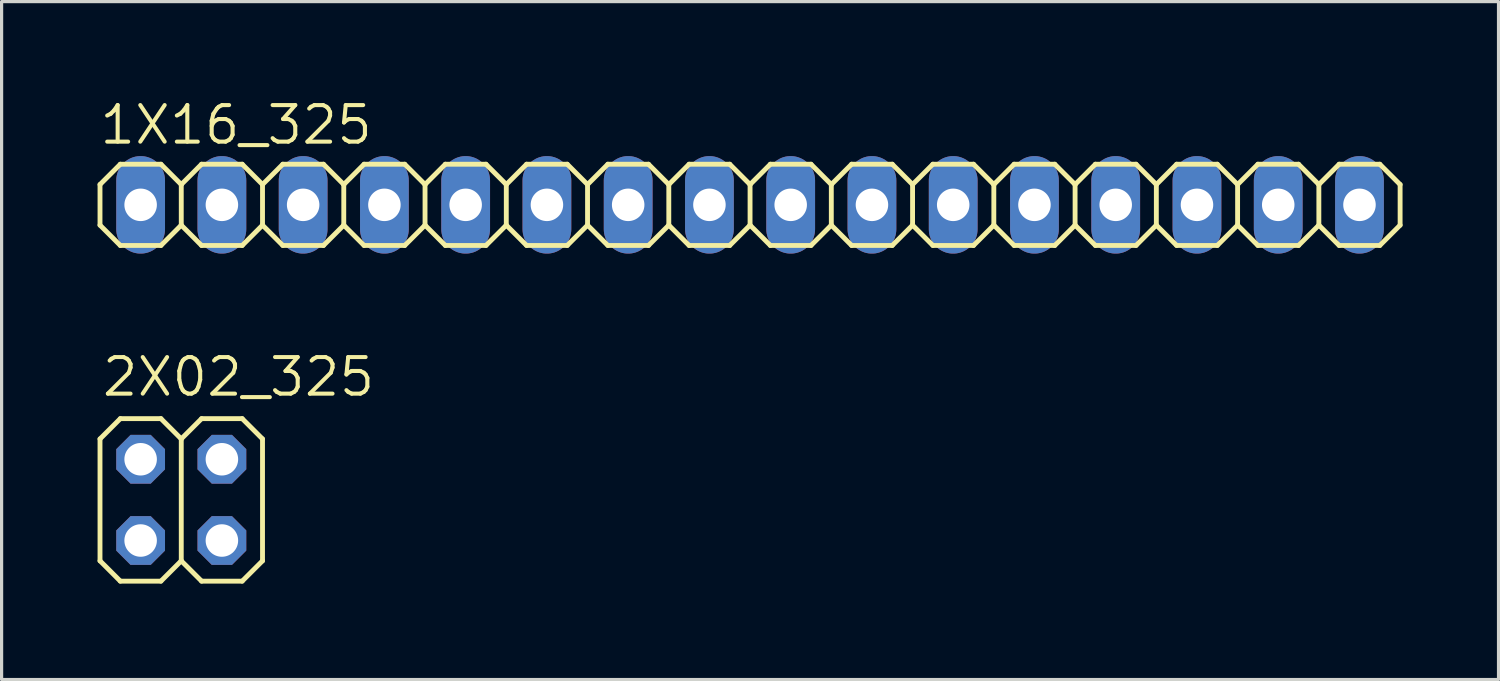
<source format=kicad_pcb>
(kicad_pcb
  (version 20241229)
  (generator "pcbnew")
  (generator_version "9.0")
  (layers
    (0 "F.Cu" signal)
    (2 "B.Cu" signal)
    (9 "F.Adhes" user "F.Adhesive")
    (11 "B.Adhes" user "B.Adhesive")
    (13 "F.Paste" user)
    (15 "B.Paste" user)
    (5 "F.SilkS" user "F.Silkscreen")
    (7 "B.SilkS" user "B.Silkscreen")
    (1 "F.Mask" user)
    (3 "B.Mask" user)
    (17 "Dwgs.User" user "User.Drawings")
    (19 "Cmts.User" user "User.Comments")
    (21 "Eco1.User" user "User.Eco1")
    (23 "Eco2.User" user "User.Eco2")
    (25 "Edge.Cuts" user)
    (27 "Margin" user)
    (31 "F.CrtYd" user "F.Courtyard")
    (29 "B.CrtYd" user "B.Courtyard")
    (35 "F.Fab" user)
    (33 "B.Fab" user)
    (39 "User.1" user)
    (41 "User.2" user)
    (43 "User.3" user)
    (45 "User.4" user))
  (footprint "1X16_325"
    (layer "F.Cu")
    (at 20.396 3.353)
    (property "Reference" "1X16_325" (at -20.396 -1.829 0) (unlocked yes) (layer "F.SilkS") (effects (font (size 1.143 1.143) (thickness 0.127)) (justify left bottom)))
    (fp_line (start -20.32 -0.635) (end -20.32 0.635) (stroke (width 0.152) (type solid)) (layer "F.SilkS"))
    (fp_line (start -20.32 0.635) (end -19.685 1.27) (stroke (width 0.152) (type solid)) (layer "F.SilkS"))
    (fp_line (start -19.685 -1.27) (end -20.32 -0.635) (stroke (width 0.152) (type solid)) (layer "F.SilkS"))
    (fp_line (start -19.685 -1.27) (end -18.415 -1.27) (stroke (width 0.152) (type solid)) (layer "F.SilkS"))
    (fp_line (start -18.415 -1.27) (end -17.78 -0.635) (stroke (width 0.152) (type solid)) (layer "F.SilkS"))
    (fp_line (start -18.415 1.27) (end -19.685 1.27) (stroke (width 0.152) (type solid)) (layer "F.SilkS"))
    (fp_line (start -17.78 -0.635) (end -17.78 0.635) (stroke (width 0.152) (type solid)) (layer "F.SilkS"))
    (fp_line (start -17.78 -0.635) (end -17.145 -1.27) (stroke (width 0.152) (type solid)) (layer "F.SilkS"))
    (fp_line (start -17.78 0.635) (end -18.415 1.27) (stroke (width 0.152) (type solid)) (layer "F.SilkS"))
    (fp_line (start -17.145 -1.27) (end -15.875 -1.27) (stroke (width 0.152) (type solid)) (layer "F.SilkS"))
    (fp_line (start -17.145 1.27) (end -17.78 0.635) (stroke (width 0.152) (type solid)) (layer "F.SilkS"))
    (fp_line (start -15.875 -1.27) (end -15.24 -0.635) (stroke (width 0.152) (type solid)) (layer "F.SilkS"))
    (fp_line (start -15.875 1.27) (end -17.145 1.27) (stroke (width 0.152) (type solid)) (layer "F.SilkS"))
    (fp_line (start -15.24 -0.635) (end -15.24 0.635) (stroke (width 0.152) (type solid)) (layer "F.SilkS"))
    (fp_line (start -15.24 -0.635) (end -14.605 -1.27) (stroke (width 0.152) (type solid)) (layer "F.SilkS"))
    (fp_line (start -15.24 0.635) (end -15.875 1.27) (stroke (width 0.152) (type solid)) (layer "F.SilkS"))
    (fp_line (start -14.605 -1.27) (end -13.335 -1.27) (stroke (width 0.152) (type solid)) (layer "F.SilkS"))
    (fp_line (start -14.605 1.27) (end -15.24 0.635) (stroke (width 0.152) (type solid)) (layer "F.SilkS"))
    (fp_line (start -13.335 -1.27) (end -12.7 -0.635) (stroke (width 0.152) (type solid)) (layer "F.SilkS"))
    (fp_line (start -13.335 1.27) (end -14.605 1.27) (stroke (width 0.152) (type solid)) (layer "F.SilkS"))
    (fp_line (start -12.7 -0.635) (end -12.7 0.635) (stroke (width 0.152) (type solid)) (layer "F.SilkS"))
    (fp_line (start -12.7 0.635) (end -13.335 1.27) (stroke (width 0.152) (type solid)) (layer "F.SilkS"))
    (fp_line (start -12.7 0.635) (end -12.065 1.27) (stroke (width 0.152) (type solid)) (layer "F.SilkS"))
    (fp_line (start -12.065 -1.27) (end -12.7 -0.635) (stroke (width 0.152) (type solid)) (layer "F.SilkS"))
    (fp_line (start -12.065 -1.27) (end -10.795 -1.27) (stroke (width 0.152) (type solid)) (layer "F.SilkS"))
    (fp_line (start -10.795 -1.27) (end -10.16 -0.635) (stroke (width 0.152) (type solid)) (layer "F.SilkS"))
    (fp_line (start -10.795 1.27) (end -12.065 1.27) (stroke (width 0.152) (type solid)) (layer "F.SilkS"))
    (fp_line (start -10.16 -0.635) (end -10.16 0.635) (stroke (width 0.152) (type solid)) (layer "F.SilkS"))
    (fp_line (start -10.16 -0.635) (end -9.525 -1.27) (stroke (width 0.152) (type solid)) (layer "F.SilkS"))
    (fp_line (start -10.16 0.635) (end -10.795 1.27) (stroke (width 0.152) (type solid)) (layer "F.SilkS"))
    (fp_line (start -9.525 -1.27) (end -8.255 -1.27) (stroke (width 0.152) (type solid)) (layer "F.SilkS"))
    (fp_line (start -9.525 1.27) (end -10.16 0.635) (stroke (width 0.152) (type solid)) (layer "F.SilkS"))
    (fp_line (start -8.255 -1.27) (end -7.62 -0.635) (stroke (width 0.152) (type solid)) (layer "F.SilkS"))
    (fp_line (start -8.255 1.27) (end -9.525 1.27) (stroke (width 0.152) (type solid)) (layer "F.SilkS"))
    (fp_line (start -7.62 -0.635) (end -7.62 0.635) (stroke (width 0.152) (type solid)) (layer "F.SilkS"))
    (fp_line (start -7.62 -0.635) (end -6.985 -1.27) (stroke (width 0.152) (type solid)) (layer "F.SilkS"))
    (fp_line (start -7.62 0.635) (end -8.255 1.27) (stroke (width 0.152) (type solid)) (layer "F.SilkS"))
    (fp_line (start -6.985 -1.27) (end -5.715 -1.27) (stroke (width 0.152) (type solid)) (layer "F.SilkS"))
    (fp_line (start -6.985 1.27) (end -7.62 0.635) (stroke (width 0.152) (type solid)) (layer "F.SilkS"))
    (fp_line (start -5.715 -1.27) (end -5.08 -0.635) (stroke (width 0.152) (type solid)) (layer "F.SilkS"))
    (fp_line (start -5.715 1.27) (end -6.985 1.27) (stroke (width 0.152) (type solid)) (layer "F.SilkS"))
    (fp_line (start -5.08 -0.635) (end -5.08 0.635) (stroke (width 0.152) (type solid)) (layer "F.SilkS"))
    (fp_line (start -5.08 0.635) (end -5.715 1.27) (stroke (width 0.152) (type solid)) (layer "F.SilkS"))
    (fp_line (start -5.08 0.635) (end -4.445 1.27) (stroke (width 0.152) (type solid)) (layer "F.SilkS"))
    (fp_line (start -4.445 -1.27) (end -5.08 -0.635) (stroke (width 0.152) (type solid)) (layer "F.SilkS"))
    (fp_line (start -4.445 -1.27) (end -3.175 -1.27) (stroke (width 0.152) (type solid)) (layer "F.SilkS"))
    (fp_line (start -3.175 -1.27) (end -2.54 -0.635) (stroke (width 0.152) (type solid)) (layer "F.SilkS"))
    (fp_line (start -3.175 1.27) (end -4.445 1.27) (stroke (width 0.152) (type solid)) (layer "F.SilkS"))
    (fp_line (start -2.54 -0.635) (end -2.54 0.635) (stroke (width 0.152) (type solid)) (layer "F.SilkS"))
    (fp_line (start -2.54 -0.635) (end -1.905 -1.27) (stroke (width 0.152) (type solid)) (layer "F.SilkS"))
    (fp_line (start -2.54 0.635) (end -3.175 1.27) (stroke (width 0.152) (type solid)) (layer "F.SilkS"))
    (fp_line (start -1.905 -1.27) (end -0.635 -1.27) (stroke (width 0.152) (type solid)) (layer "F.SilkS"))
    (fp_line (start -1.905 1.27) (end -2.54 0.635) (stroke (width 0.152) (type solid)) (layer "F.SilkS"))
    (fp_line (start -0.635 -1.27) (end 0 -0.635) (stroke (width 0.152) (type solid)) (layer "F.SilkS"))
    (fp_line (start -0.635 1.27) (end -1.905 1.27) (stroke (width 0.152) (type solid)) (layer "F.SilkS"))
    (fp_line (start 0 -0.635) (end 0 0.635) (stroke (width 0.152) (type solid)) (layer "F.SilkS"))
    (fp_line (start 0 -0.635) (end 0.635 -1.27) (stroke (width 0.152) (type solid)) (layer "F.SilkS"))
    (fp_line (start 0 0.635) (end -0.635 1.27) (stroke (width 0.152) (type solid)) (layer "F.SilkS"))
    (fp_line (start 0.635 -1.27) (end 1.905 -1.27) (stroke (width 0.152) (type solid)) (layer "F.SilkS"))
    (fp_line (start 0.635 1.27) (end 0 0.635) (stroke (width 0.152) (type solid)) (layer "F.SilkS"))
    (fp_line (start 1.905 -1.27) (end 2.54 -0.635) (stroke (width 0.152) (type solid)) (layer "F.SilkS"))
    (fp_line (start 1.905 1.27) (end 0.635 1.27) (stroke (width 0.152) (type solid)) (layer "F.SilkS"))
    (fp_line (start 2.54 -0.635) (end 2.54 0.635) (stroke (width 0.152) (type solid)) (layer "F.SilkS"))
    (fp_line (start 2.54 0.635) (end 1.905 1.27) (stroke (width 0.152) (type solid)) (layer "F.SilkS"))
    (fp_line (start 2.54 0.635) (end 3.175 1.27) (stroke (width 0.152) (type solid)) (layer "F.SilkS"))
    (fp_line (start 3.175 -1.27) (end 2.54 -0.635) (stroke (width 0.152) (type solid)) (layer "F.SilkS"))
    (fp_line (start 3.175 -1.27) (end 4.445 -1.27) (stroke (width 0.152) (type solid)) (layer "F.SilkS"))
    (fp_line (start 4.445 -1.27) (end 5.08 -0.635) (stroke (width 0.152) (type solid)) (layer "F.SilkS"))
    (fp_line (start 4.445 1.27) (end 3.175 1.27) (stroke (width 0.152) (type solid)) (layer "F.SilkS"))
    (fp_line (start 5.08 -0.635) (end 5.08 0.635) (stroke (width 0.152) (type solid)) (layer "F.SilkS"))
    (fp_line (start 5.08 -0.635) (end 5.715 -1.27) (stroke (width 0.152) (type solid)) (layer "F.SilkS"))
    (fp_line (start 5.08 0.635) (end 4.445 1.27) (stroke (width 0.152) (type solid)) (layer "F.SilkS"))
    (fp_line (start 5.715 -1.27) (end 6.985 -1.27) (stroke (width 0.152) (type solid)) (layer "F.SilkS"))
    (fp_line (start 5.715 1.27) (end 5.08 0.635) (stroke (width 0.152) (type solid)) (layer "F.SilkS"))
    (fp_line (start 6.985 -1.27) (end 7.62 -0.635) (stroke (width 0.152) (type solid)) (layer "F.SilkS"))
    (fp_line (start 6.985 1.27) (end 5.715 1.27) (stroke (width 0.152) (type solid)) (layer "F.SilkS"))
    (fp_line (start 7.62 -0.635) (end 7.62 0.635) (stroke (width 0.152) (type solid)) (layer "F.SilkS"))
    (fp_line (start 7.62 -0.635) (end 8.255 -1.27) (stroke (width 0.152) (type solid)) (layer "F.SilkS"))
    (fp_line (start 7.62 0.635) (end 6.985 1.27) (stroke (width 0.152) (type solid)) (layer "F.SilkS"))
    (fp_line (start 8.255 -1.27) (end 9.525 -1.27) (stroke (width 0.152) (type solid)) (layer "F.SilkS"))
    (fp_line (start 8.255 1.27) (end 7.62 0.635) (stroke (width 0.152) (type solid)) (layer "F.SilkS"))
    (fp_line (start 9.525 -1.27) (end 10.16 -0.635) (stroke (width 0.152) (type solid)) (layer "F.SilkS"))
    (fp_line (start 9.525 1.27) (end 8.255 1.27) (stroke (width 0.152) (type solid)) (layer "F.SilkS"))
    (fp_line (start 10.16 -0.635) (end 10.16 0.635) (stroke (width 0.152) (type solid)) (layer "F.SilkS"))
    (fp_line (start 10.16 0.635) (end 9.525 1.27) (stroke (width 0.152) (type solid)) (layer "F.SilkS"))
    (fp_line (start 10.16 0.635) (end 10.795 1.27) (stroke (width 0.152) (type solid)) (layer "F.SilkS"))
    (fp_line (start 10.795 -1.27) (end 10.16 -0.635) (stroke (width 0.152) (type solid)) (layer "F.SilkS"))
    (fp_line (start 10.795 -1.27) (end 12.065 -1.27) (stroke (width 0.152) (type solid)) (layer "F.SilkS"))
    (fp_line (start 12.065 -1.27) (end 12.7 -0.635) (stroke (width 0.152) (type solid)) (layer "F.SilkS"))
    (fp_line (start 12.065 1.27) (end 10.795 1.27) (stroke (width 0.152) (type solid)) (layer "F.SilkS"))
    (fp_line (start 12.7 -0.635) (end 12.7 0.635) (stroke (width 0.152) (type solid)) (layer "F.SilkS"))
    (fp_line (start 12.7 -0.635) (end 13.335 -1.27) (stroke (width 0.152) (type solid)) (layer "F.SilkS"))
    (fp_line (start 12.7 0.635) (end 12.065 1.27) (stroke (width 0.152) (type solid)) (layer "F.SilkS"))
    (fp_line (start 13.335 -1.27) (end 14.605 -1.27) (stroke (width 0.152) (type solid)) (layer "F.SilkS"))
    (fp_line (start 13.335 1.27) (end 12.7 0.635) (stroke (width 0.152) (type solid)) (layer "F.SilkS"))
    (fp_line (start 14.605 -1.27) (end 15.24 -0.635) (stroke (width 0.152) (type solid)) (layer "F.SilkS"))
    (fp_line (start 14.605 1.27) (end 13.335 1.27) (stroke (width 0.152) (type solid)) (layer "F.SilkS"))
    (fp_line (start 15.24 -0.635) (end 15.24 0.635) (stroke (width 0.152) (type solid)) (layer "F.SilkS"))
    (fp_line (start 15.24 -0.635) (end 15.875 -1.27) (stroke (width 0.152) (type solid)) (layer "F.SilkS"))
    (fp_line (start 15.24 0.635) (end 14.605 1.27) (stroke (width 0.152) (type solid)) (layer "F.SilkS"))
    (fp_line (start 15.875 -1.27) (end 17.145 -1.27) (stroke (width 0.152) (type solid)) (layer "F.SilkS"))
    (fp_line (start 15.875 1.27) (end 15.24 0.635) (stroke (width 0.152) (type solid)) (layer "F.SilkS"))
    (fp_line (start 17.145 -1.27) (end 17.78 -0.635) (stroke (width 0.152) (type solid)) (layer "F.SilkS"))
    (fp_line (start 17.145 1.27) (end 15.875 1.27) (stroke (width 0.152) (type solid)) (layer "F.SilkS"))
    (fp_line (start 17.78 -0.635) (end 17.78 0.635) (stroke (width 0.152) (type solid)) (layer "F.SilkS"))
    (fp_line (start 17.78 -0.635) (end 18.415 -1.27) (stroke (width 0.152) (type solid)) (layer "F.SilkS"))
    (fp_line (start 17.78 0.635) (end 17.145 1.27) (stroke (width 0.152) (type solid)) (layer "F.SilkS"))
    (fp_line (start 18.415 -1.27) (end 19.685 -1.27) (stroke (width 0.152) (type solid)) (layer "F.SilkS"))
    (fp_line (start 18.415 1.27) (end 17.78 0.635) (stroke (width 0.152) (type solid)) (layer "F.SilkS"))
    (fp_line (start 19.685 -1.27) (end 20.32 -0.635) (stroke (width 0.152) (type solid)) (layer "F.SilkS"))
    (fp_line (start 19.685 1.27) (end 18.415 1.27) (stroke (width 0.152) (type solid)) (layer "F.SilkS"))
    (fp_line (start 20.32 -0.635) (end 20.32 0.635) (stroke (width 0.152) (type solid)) (layer "F.SilkS"))
    (fp_line (start 20.32 0.635) (end 19.685 1.27) (stroke (width 0.152) (type solid)) (layer "F.SilkS"))
    (fp_poly (pts (xy -19.304 0.254) (xy -18.796 0.254) (xy -18.796 -0.254) (xy -19.304 -0.254)) (stroke (width 0.1) (type default)) (fill no) (layer "F.Fab"))
    (fp_poly (pts (xy -16.764 0.254) (xy -16.256 0.254) (xy -16.256 -0.254) (xy -16.764 -0.254)) (stroke (width 0.1) (type default)) (fill no) (layer "F.Fab"))
    (fp_poly (pts (xy -14.224 0.254) (xy -13.716 0.254) (xy -13.716 -0.254) (xy -14.224 -0.254)) (stroke (width 0.1) (type default)) (fill no) (layer "F.Fab"))
    (fp_poly (pts (xy -11.684 0.254) (xy -11.176 0.254) (xy -11.176 -0.254) (xy -11.684 -0.254)) (stroke (width 0.1) (type default)) (fill no) (layer "F.Fab"))
    (fp_poly (pts (xy -9.144 0.254) (xy -8.636 0.254) (xy -8.636 -0.254) (xy -9.144 -0.254)) (stroke (width 0.1) (type default)) (fill no) (layer "F.Fab"))
    (fp_poly (pts (xy -6.604 0.254) (xy -6.096 0.254) (xy -6.096 -0.254) (xy -6.604 -0.254)) (stroke (width 0.1) (type default)) (fill no) (layer "F.Fab"))
    (fp_poly (pts (xy -4.064 0.254) (xy -3.556 0.254) (xy -3.556 -0.254) (xy -4.064 -0.254)) (stroke (width 0.1) (type default)) (fill no) (layer "F.Fab"))
    (fp_poly (pts (xy -1.524 0.254) (xy -1.016 0.254) (xy -1.016 -0.254) (xy -1.524 -0.254)) (stroke (width 0.1) (type default)) (fill no) (layer "F.Fab"))
    (fp_poly (pts (xy 1.016 0.254) (xy 1.524 0.254) (xy 1.524 -0.254) (xy 1.016 -0.254)) (stroke (width 0.1) (type default)) (fill no) (layer "F.Fab"))
    (fp_poly (pts (xy 3.556 0.254) (xy 4.064 0.254) (xy 4.064 -0.254) (xy 3.556 -0.254)) (stroke (width 0.1) (type default)) (fill no) (layer "F.Fab"))
    (fp_poly (pts (xy 6.096 0.254) (xy 6.604 0.254) (xy 6.604 -0.254) (xy 6.096 -0.254)) (stroke (width 0.1) (type default)) (fill no) (layer "F.Fab"))
    (fp_poly (pts (xy 8.636 0.254) (xy 9.144 0.254) (xy 9.144 -0.254) (xy 8.636 -0.254)) (stroke (width 0.1) (type default)) (fill no) (layer "F.Fab"))
    (fp_poly (pts (xy 11.176 0.254) (xy 11.684 0.254) (xy 11.684 -0.254) (xy 11.176 -0.254)) (stroke (width 0.1) (type default)) (fill no) (layer "F.Fab"))
    (fp_poly (pts (xy 13.716 0.254) (xy 14.224 0.254) (xy 14.224 -0.254) (xy 13.716 -0.254)) (stroke (width 0.1) (type default)) (fill no) (layer "F.Fab"))
    (fp_poly (pts (xy 16.256 0.254) (xy 16.764 0.254) (xy 16.764 -0.254) (xy 16.256 -0.254)) (stroke (width 0.1) (type default)) (fill no) (layer "F.Fab"))
    (fp_poly (pts (xy 18.796 0.254) (xy 19.304 0.254) (xy 19.304 -0.254) (xy 18.796 -0.254)) (stroke (width 0.1) (type default)) (fill no) (layer "F.Fab"))
    (pad "1" thru_hole oval (at -19.05 0 90) (size 3.048 1.524) (drill 1.016) (layers "*.Cu" "*.Mask"))
    (pad "2" thru_hole oval (at -16.51 0 90) (size 3.048 1.524) (drill 1.016) (layers "*.Cu" "*.Mask"))
    (pad "3" thru_hole oval (at -13.97 0 90) (size 3.048 1.524) (drill 1.016) (layers "*.Cu" "*.Mask"))
    (pad "4" thru_hole oval (at -11.43 0 90) (size 3.048 1.524) (drill 1.016) (layers "*.Cu" "*.Mask"))
    (pad "5" thru_hole oval (at -8.89 0 90) (size 3.048 1.524) (drill 1.016) (layers "*.Cu" "*.Mask"))
    (pad "6" thru_hole oval (at -6.35 0 90) (size 3.048 1.524) (drill 1.016) (layers "*.Cu" "*.Mask"))
    (pad "7" thru_hole oval (at -3.81 0 90) (size 3.048 1.524) (drill 1.016) (layers "*.Cu" "*.Mask"))
    (pad "8" thru_hole oval (at -1.27 0 90) (size 3.048 1.524) (drill 1.016) (layers "*.Cu" "*.Mask"))
    (pad "9" thru_hole oval (at 1.27 0 90) (size 3.048 1.524) (drill 1.016) (layers "*.Cu" "*.Mask"))
    (pad "10" thru_hole oval (at 3.81 0 90) (size 3.048 1.524) (drill 1.016) (layers "*.Cu" "*.Mask"))
    (pad "11" thru_hole oval (at 6.35 0 90) (size 3.048 1.524) (drill 1.016) (layers "*.Cu" "*.Mask"))
    (pad "12" thru_hole oval (at 8.89 0 90) (size 3.048 1.524) (drill 1.016) (layers "*.Cu" "*.Mask"))
    (pad "13" thru_hole oval (at 11.43 0 90) (size 3.048 1.524) (drill 1.016) (layers "*.Cu" "*.Mask"))
    (pad "14" thru_hole oval (at 13.97 0 90) (size 3.048 1.524) (drill 1.016) (layers "*.Cu" "*.Mask"))
    (pad "15" thru_hole oval (at 16.51 0 90) (size 3.048 1.524) (drill 1.016) (layers "*.Cu" "*.Mask"))
    (pad "16" thru_hole oval (at 19.05 0 90) (size 3.048 1.524) (drill 1.016) (layers "*.Cu" "*.Mask")))
  (footprint "2X02_325"
    (layer "F.Cu")
    (at 2.616 12.576)
    (property "Reference" "2X02_325" (at -2.54 -3.175 0) (unlocked yes) (layer "F.SilkS") (effects (font (size 1.143 1.143) (thickness 0.127)) (justify left bottom)))
    (fp_line (start -2.54 -1.905) (end -1.905 -2.54) (stroke (width 0.152) (type solid)) (layer "F.SilkS"))
    (fp_line (start -2.54 1.905) (end -2.54 -1.905) (stroke (width 0.152) (type solid)) (layer "F.SilkS"))
    (fp_line (start -2.54 1.905) (end -1.905 2.54) (stroke (width 0.152) (type solid)) (layer "F.SilkS"))
    (fp_line (start -1.905 -2.54) (end -0.635 -2.54) (stroke (width 0.152) (type solid)) (layer "F.SilkS"))
    (fp_line (start -1.905 2.54) (end -0.635 2.54) (stroke (width 0.152) (type solid)) (layer "F.SilkS"))
    (fp_line (start -0.635 -2.54) (end 0 -1.905) (stroke (width 0.152) (type solid)) (layer "F.SilkS"))
    (fp_line (start -0.635 2.54) (end 0 1.905) (stroke (width 0.152) (type solid)) (layer "F.SilkS"))
    (fp_line (start 0 -1.905) (end 0 1.905) (stroke (width 0.152) (type solid)) (layer "F.SilkS"))
    (fp_line (start 0 -1.905) (end 0.635 -2.54) (stroke (width 0.152) (type solid)) (layer "F.SilkS"))
    (fp_line (start 0 1.905) (end 0.635 2.54) (stroke (width 0.152) (type solid)) (layer "F.SilkS"))
    (fp_line (start 0.635 -2.54) (end 1.905 -2.54) (stroke (width 0.152) (type solid)) (layer "F.SilkS"))
    (fp_line (start 0.635 2.54) (end 1.905 2.54) (stroke (width 0.152) (type solid)) (layer "F.SilkS"))
    (fp_line (start 1.905 -2.54) (end 2.54 -1.905) (stroke (width 0.152) (type solid)) (layer "F.SilkS"))
    (fp_line (start 1.905 2.54) (end 2.54 1.905) (stroke (width 0.152) (type solid)) (layer "F.SilkS"))
    (fp_line (start 2.54 -1.905) (end 2.54 1.905) (stroke (width 0.152) (type solid)) (layer "F.SilkS"))
    (fp_poly (pts (xy -1.524 -1.016) (xy -1.016 -1.016) (xy -1.016 -1.524) (xy -1.524 -1.524)) (stroke (width 0.1) (type default)) (fill no) (layer "F.Fab"))
    (fp_poly (pts (xy -1.524 1.524) (xy -1.016 1.524) (xy -1.016 1.016) (xy -1.524 1.016)) (stroke (width 0.1) (type default)) (fill no) (layer "F.Fab"))
    (fp_poly (pts (xy 1.016 -1.016) (xy 1.524 -1.016) (xy 1.524 -1.524) (xy 1.016 -1.524)) (stroke (width 0.1) (type default)) (fill no) (layer "F.Fab"))
    (fp_poly (pts (xy 1.016 1.524) (xy 1.524 1.524) (xy 1.524 1.016) (xy 1.016 1.016)) (stroke (width 0.1) (type default)) (fill no) (layer "F.Fab"))
    (pad "1" thru_hole roundrect (at -1.27 1.27) (size 1.524 1.524) (drill 1.016) (layers "*.Cu" "*.Mask") (roundrect_rratio 0.25) (chamfer_ratio 0.293) (chamfer top_left top_right bottom_left bottom_right))
    (pad "2" thru_hole roundrect (at -1.27 -1.27) (size 1.524 1.524) (drill 1.016) (layers "*.Cu" "*.Mask") (roundrect_rratio 0.25) (chamfer_ratio 0.293) (chamfer top_left top_right bottom_left bottom_right))
    (pad "3" thru_hole roundrect (at 1.27 1.27) (size 1.524 1.524) (drill 1.016) (layers "*.Cu" "*.Mask") (roundrect_rratio 0.25) (chamfer_ratio 0.293) (chamfer top_left top_right bottom_left bottom_right))
    (pad "4" thru_hole roundrect (at 1.27 -1.27) (size 1.524 1.524) (drill 1.016) (layers "*.Cu" "*.Mask") (roundrect_rratio 0.25) (chamfer_ratio 0.293) (chamfer top_left top_right bottom_left bottom_right)))
  (gr_rect
    (start -3 -3)
    (end 43.792 18.192)
    (stroke (width 0.1) (type default))
    (fill no)
    (layer "Edge.Cuts")))
</source>
